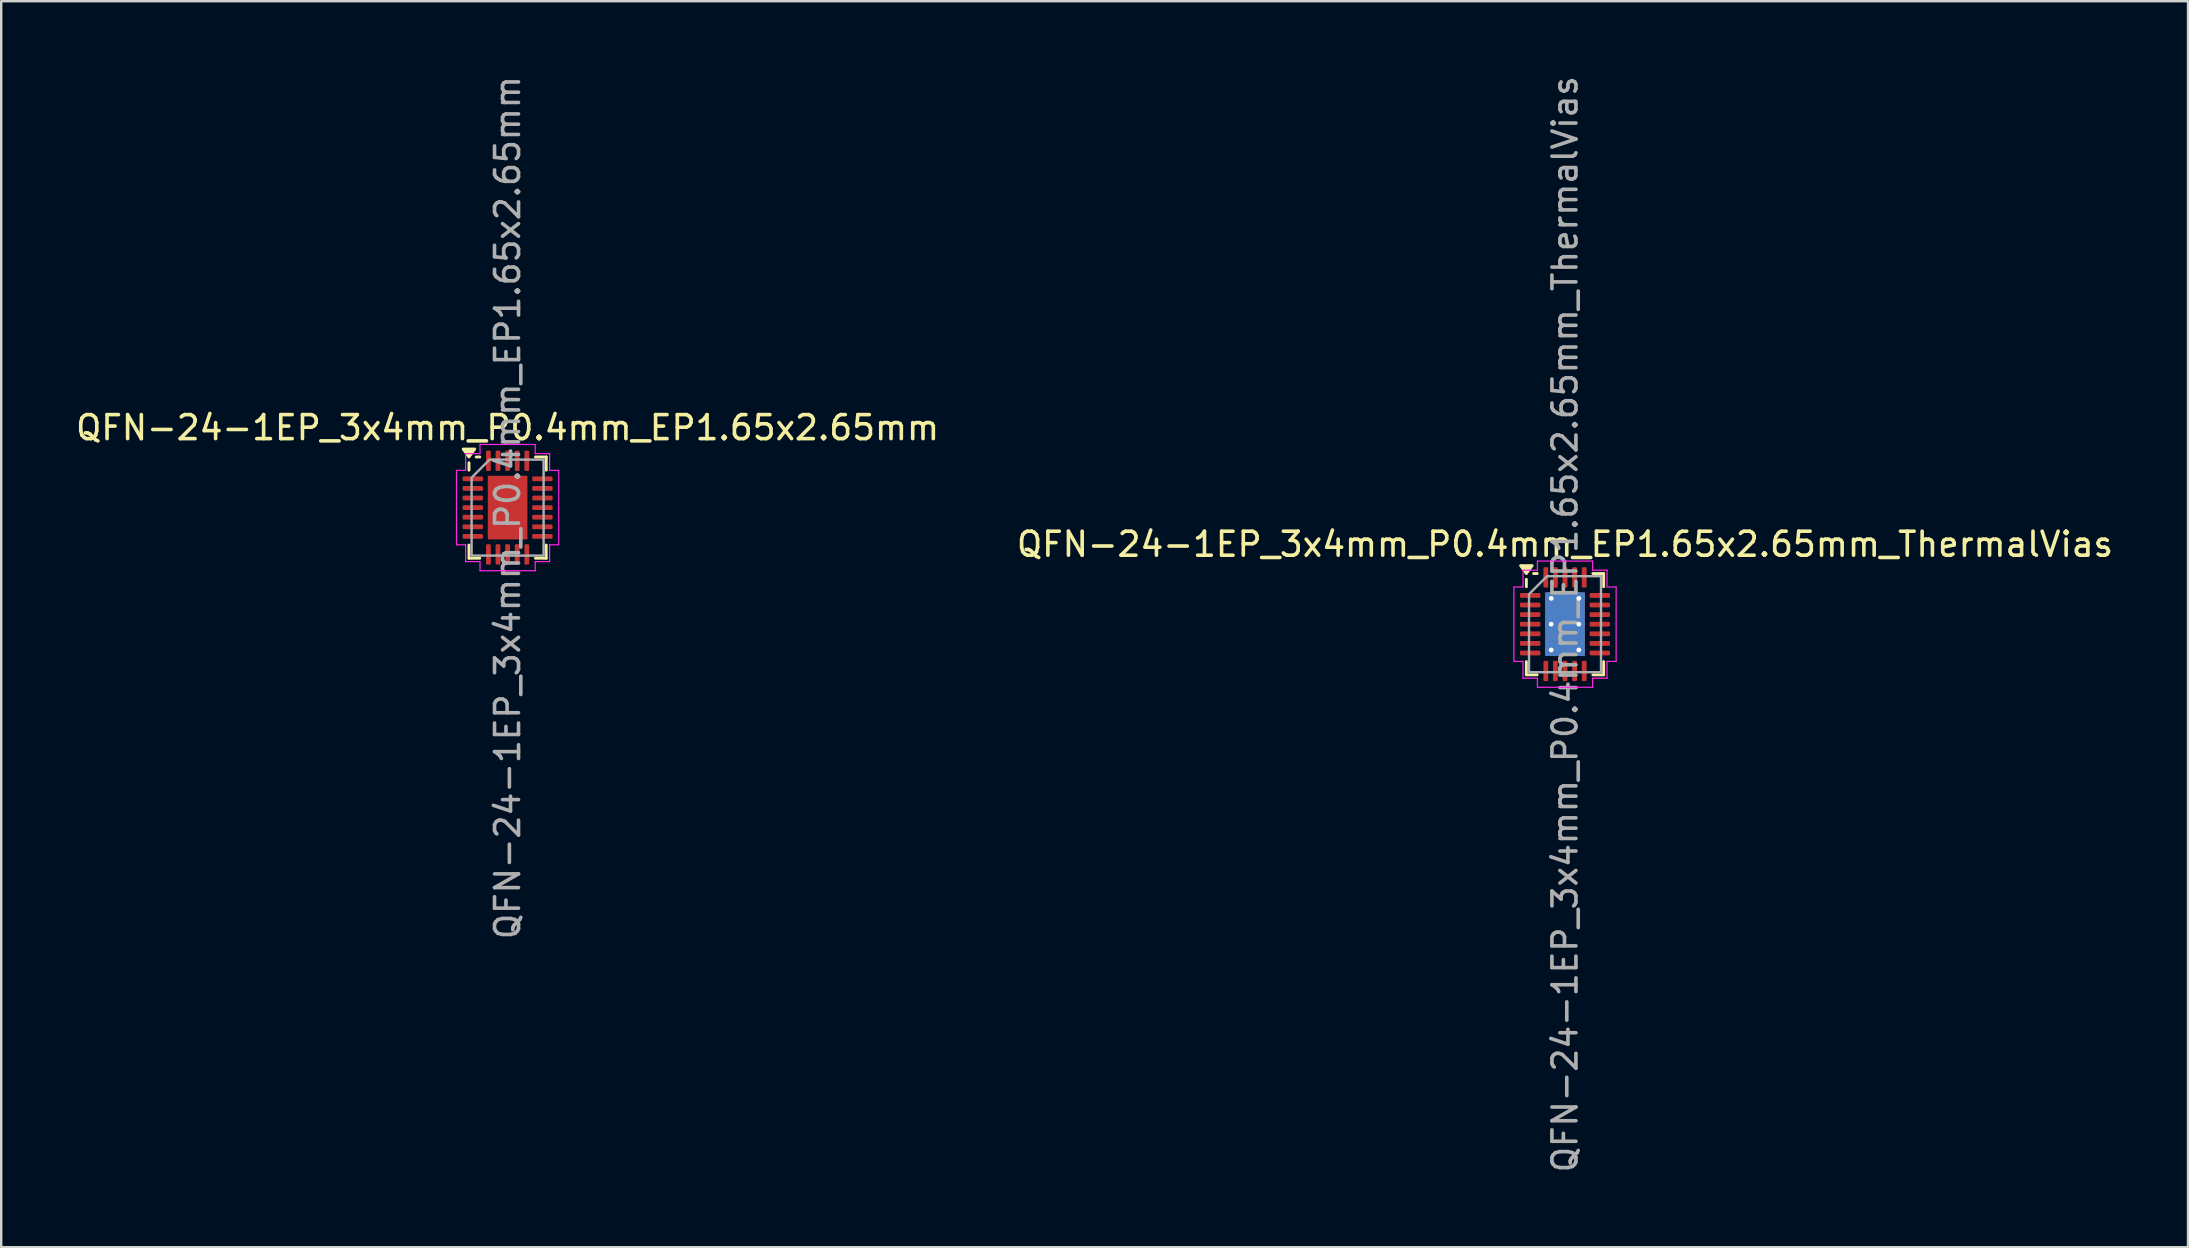
<source format=kicad_pcb>
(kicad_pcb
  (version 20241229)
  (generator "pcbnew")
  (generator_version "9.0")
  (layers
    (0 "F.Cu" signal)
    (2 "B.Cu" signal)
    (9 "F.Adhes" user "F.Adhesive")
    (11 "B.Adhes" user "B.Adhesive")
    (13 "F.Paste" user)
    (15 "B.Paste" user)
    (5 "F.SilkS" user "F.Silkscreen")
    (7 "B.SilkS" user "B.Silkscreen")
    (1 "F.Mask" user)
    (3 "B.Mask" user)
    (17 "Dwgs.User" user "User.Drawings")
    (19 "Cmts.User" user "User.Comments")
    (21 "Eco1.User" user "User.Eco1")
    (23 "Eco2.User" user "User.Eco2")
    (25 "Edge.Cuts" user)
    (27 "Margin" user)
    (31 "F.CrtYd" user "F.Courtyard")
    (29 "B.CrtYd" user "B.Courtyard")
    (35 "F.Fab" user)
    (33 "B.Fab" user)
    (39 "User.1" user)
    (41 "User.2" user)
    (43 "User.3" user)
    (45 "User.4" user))
  (footprint "QFN-24-1EP_3x4mm_P0.4mm_EP1.65x2.65mm"
    (layer "F.Cu")
    (at 18.101 18.101)
    (property "Reference" "QFN-24-1EP_3x4mm_P0.4mm_EP1.65x2.65mm" (at 0 -3.33 0) (layer "F.SilkS") (effects (font (size 1 1) (thickness 0.15))))
    (attr smd)
    (fp_line (start -1.61 -1.56) (end -1.61 -1.87) (stroke (width 0.12) (type solid)) (layer "F.SilkS"))
    (fp_line (start -1.61 2.11) (end -1.61 1.56) (stroke (width 0.12) (type solid)) (layer "F.SilkS"))
    (fp_line (start -1.16 -2.11) (end -1.31 -2.11) (stroke (width 0.12) (type solid)) (layer "F.SilkS"))
    (fp_line (start -1.16 2.11) (end -1.61 2.11) (stroke (width 0.12) (type solid)) (layer "F.SilkS"))
    (fp_line (start 1.16 -2.11) (end 1.61 -2.11) (stroke (width 0.12) (type solid)) (layer "F.SilkS"))
    (fp_line (start 1.16 2.11) (end 1.61 2.11) (stroke (width 0.12) (type solid)) (layer "F.SilkS"))
    (fp_line (start 1.61 -2.11) (end 1.61 -1.56) (stroke (width 0.12) (type solid)) (layer "F.SilkS"))
    (fp_line (start 1.61 2.11) (end 1.61 1.56) (stroke (width 0.12) (type solid)) (layer "F.SilkS"))
    (fp_poly (pts (xy -1.61 -2.11) (xy -1.85 -2.44) (xy -1.37 -2.44)) (stroke (width 0.12) (type solid)) (fill yes) (layer "F.SilkS"))
    (fp_line (start -2.13 -1.55) (end -1.75 -1.55) (stroke (width 0.05) (type solid)) (layer "F.CrtYd"))
    (fp_line (start -2.13 1.55) (end -2.13 -1.55) (stroke (width 0.05) (type solid)) (layer "F.CrtYd"))
    (fp_line (start -1.75 -2.25) (end -1.15 -2.25) (stroke (width 0.05) (type solid)) (layer "F.CrtYd"))
    (fp_line (start -1.75 -1.55) (end -1.75 -2.25) (stroke (width 0.05) (type solid)) (layer "F.CrtYd"))
    (fp_line (start -1.75 1.55) (end -2.13 1.55) (stroke (width 0.05) (type solid)) (layer "F.CrtYd"))
    (fp_line (start -1.75 2.25) (end -1.75 1.55) (stroke (width 0.05) (type solid)) (layer "F.CrtYd"))
    (fp_line (start -1.15 -2.63) (end 1.15 -2.63) (stroke (width 0.05) (type solid)) (layer "F.CrtYd"))
    (fp_line (start -1.15 -2.25) (end -1.15 -2.63) (stroke (width 0.05) (type solid)) (layer "F.CrtYd"))
    (fp_line (start -1.15 2.25) (end -1.75 2.25) (stroke (width 0.05) (type solid)) (layer "F.CrtYd"))
    (fp_line (start -1.15 2.63) (end -1.15 2.25) (stroke (width 0.05) (type solid)) (layer "F.CrtYd"))
    (fp_line (start 1.15 -2.63) (end 1.15 -2.25) (stroke (width 0.05) (type solid)) (layer "F.CrtYd"))
    (fp_line (start 1.15 -2.25) (end 1.75 -2.25) (stroke (width 0.05) (type solid)) (layer "F.CrtYd"))
    (fp_line (start 1.15 2.25) (end 1.15 2.63) (stroke (width 0.05) (type solid)) (layer "F.CrtYd"))
    (fp_line (start 1.15 2.63) (end -1.15 2.63) (stroke (width 0.05) (type solid)) (layer "F.CrtYd"))
    (fp_line (start 1.75 -2.25) (end 1.75 -1.55) (stroke (width 0.05) (type solid)) (layer "F.CrtYd"))
    (fp_line (start 1.75 -1.55) (end 2.13 -1.55) (stroke (width 0.05) (type solid)) (layer "F.CrtYd"))
    (fp_line (start 1.75 1.55) (end 1.75 2.25) (stroke (width 0.05) (type solid)) (layer "F.CrtYd"))
    (fp_line (start 1.75 2.25) (end 1.15 2.25) (stroke (width 0.05) (type solid)) (layer "F.CrtYd"))
    (fp_line (start 2.13 -1.55) (end 2.13 1.55) (stroke (width 0.05) (type solid)) (layer "F.CrtYd"))
    (fp_line (start 2.13 1.55) (end 1.75 1.55) (stroke (width 0.05) (type solid)) (layer "F.CrtYd"))
    (fp_poly (pts (xy -1.5 -1.25) (xy -1.5 2) (xy 1.5 2) (xy 1.5 -2) (xy -0.75 -2)) (stroke (width 0.1) (type solid)) (fill no) (layer "F.Fab"))
    (fp_text user "${REFERENCE}" (at 0 0 90) (layer "F.Fab") (effects (font (size 1 1) (thickness 0.15))))
    (pad "" smd roundrect (at -0.41 -0.88) (size 0.67 0.71) (layers "F.Paste") (roundrect_rratio 0.25))
    (pad "" smd roundrect (at -0.41 0) (size 0.67 0.71) (layers "F.Paste") (roundrect_rratio 0.25))
    (pad "" smd roundrect (at -0.41 0.88) (size 0.67 0.71) (layers "F.Paste") (roundrect_rratio 0.25))
    (pad "" smd roundrect (at 0.41 -0.88) (size 0.67 0.71) (layers "F.Paste") (roundrect_rratio 0.25))
    (pad "" smd roundrect (at 0.41 0) (size 0.67 0.71) (layers "F.Paste") (roundrect_rratio 0.25))
    (pad "" smd roundrect (at 0.41 0.88) (size 0.67 0.71) (layers "F.Paste") (roundrect_rratio 0.25))
    (pad "1" smd roundrect (at -1.45 -1.2) (size 0.85 0.2) (layers "F.Cu" "F.Mask" "F.Paste") (roundrect_rratio 0.25))
    (pad "2" smd roundrect (at -1.45 -0.8) (size 0.85 0.2) (layers "F.Cu" "F.Mask" "F.Paste") (roundrect_rratio 0.25))
    (pad "3" smd roundrect (at -1.45 -0.4) (size 0.85 0.2) (layers "F.Cu" "F.Mask" "F.Paste") (roundrect_rratio 0.25))
    (pad "4" smd roundrect (at -1.45 0) (size 0.85 0.2) (layers "F.Cu" "F.Mask" "F.Paste") (roundrect_rratio 0.25))
    (pad "5" smd roundrect (at -1.45 0.4) (size 0.85 0.2) (layers "F.Cu" "F.Mask" "F.Paste") (roundrect_rratio 0.25))
    (pad "6" smd roundrect (at -1.45 0.8) (size 0.85 0.2) (layers "F.Cu" "F.Mask" "F.Paste") (roundrect_rratio 0.25))
    (pad "7" smd roundrect (at -1.45 1.2) (size 0.85 0.2) (layers "F.Cu" "F.Mask" "F.Paste") (roundrect_rratio 0.25))
    (pad "8" smd roundrect (at -0.8 1.95) (size 0.2 0.85) (layers "F.Cu" "F.Mask" "F.Paste") (roundrect_rratio 0.25))
    (pad "9" smd roundrect (at -0.4 1.95) (size 0.2 0.85) (layers "F.Cu" "F.Mask" "F.Paste") (roundrect_rratio 0.25))
    (pad "10" smd roundrect (at 0 1.95) (size 0.2 0.85) (layers "F.Cu" "F.Mask" "F.Paste") (roundrect_rratio 0.25))
    (pad "11" smd roundrect (at 0.4 1.95) (size 0.2 0.85) (layers "F.Cu" "F.Mask" "F.Paste") (roundrect_rratio 0.25))
    (pad "12" smd roundrect (at 0.8 1.95) (size 0.2 0.85) (layers "F.Cu" "F.Mask" "F.Paste") (roundrect_rratio 0.25))
    (pad "13" smd roundrect (at 1.45 1.2) (size 0.85 0.2) (layers "F.Cu" "F.Mask" "F.Paste") (roundrect_rratio 0.25))
    (pad "14" smd roundrect (at 1.45 0.8) (size 0.85 0.2) (layers "F.Cu" "F.Mask" "F.Paste") (roundrect_rratio 0.25))
    (pad "15" smd roundrect (at 1.45 0.4) (size 0.85 0.2) (layers "F.Cu" "F.Mask" "F.Paste") (roundrect_rratio 0.25))
    (pad "16" smd roundrect (at 1.45 0) (size 0.85 0.2) (layers "F.Cu" "F.Mask" "F.Paste") (roundrect_rratio 0.25))
    (pad "17" smd roundrect (at 1.45 -0.4) (size 0.85 0.2) (layers "F.Cu" "F.Mask" "F.Paste") (roundrect_rratio 0.25))
    (pad "18" smd roundrect (at 1.45 -0.8) (size 0.85 0.2) (layers "F.Cu" "F.Mask" "F.Paste") (roundrect_rratio 0.25))
    (pad "19" smd roundrect (at 1.45 -1.2) (size 0.85 0.2) (layers "F.Cu" "F.Mask" "F.Paste") (roundrect_rratio 0.25))
    (pad "20" smd roundrect (at 0.8 -1.95) (size 0.2 0.85) (layers "F.Cu" "F.Mask" "F.Paste") (roundrect_rratio 0.25))
    (pad "21" smd roundrect (at 0.4 -1.95) (size 0.2 0.85) (layers "F.Cu" "F.Mask" "F.Paste") (roundrect_rratio 0.25))
    (pad "22" smd roundrect (at 0 -1.95) (size 0.2 0.85) (layers "F.Cu" "F.Mask" "F.Paste") (roundrect_rratio 0.25))
    (pad "23" smd roundrect (at -0.4 -1.95) (size 0.2 0.85) (layers "F.Cu" "F.Mask" "F.Paste") (roundrect_rratio 0.25))
    (pad "24" smd roundrect (at -0.8 -1.95) (size 0.2 0.85) (layers "F.Cu" "F.Mask" "F.Paste") (roundrect_rratio 0.25))
    (pad "25" smd rect (at 0 0) (size 1.65 2.65) (property pad_prop_heatsink) (layers "F.Cu" "F.Mask")))
  (footprint "QFN-24-1EP_3x4mm_P0.4mm_EP1.65x2.65mm_ThermalVias"
    (layer "F.Cu")
    (at 62.161 22.958)
    (property "Reference" "QFN-24-1EP_3x4mm_P0.4mm_EP1.65x2.65mm_ThermalVias" (at 0 -3.33 0) (layer "F.SilkS") (effects (font (size 1 1) (thickness 0.15))))
    (attr smd)
    (fp_line (start -1.61 -1.56) (end -1.61 -1.87) (stroke (width 0.12) (type solid)) (layer "F.SilkS"))
    (fp_line (start -1.61 2.11) (end -1.61 1.56) (stroke (width 0.12) (type solid)) (layer "F.SilkS"))
    (fp_line (start -1.16 -2.11) (end -1.31 -2.11) (stroke (width 0.12) (type solid)) (layer "F.SilkS"))
    (fp_line (start -1.16 2.11) (end -1.61 2.11) (stroke (width 0.12) (type solid)) (layer "F.SilkS"))
    (fp_line (start 1.16 -2.11) (end 1.61 -2.11) (stroke (width 0.12) (type solid)) (layer "F.SilkS"))
    (fp_line (start 1.16 2.11) (end 1.61 2.11) (stroke (width 0.12) (type solid)) (layer "F.SilkS"))
    (fp_line (start 1.61 -2.11) (end 1.61 -1.56) (stroke (width 0.12) (type solid)) (layer "F.SilkS"))
    (fp_line (start 1.61 2.11) (end 1.61 1.56) (stroke (width 0.12) (type solid)) (layer "F.SilkS"))
    (fp_poly (pts (xy -1.61 -2.11) (xy -1.85 -2.44) (xy -1.37 -2.44)) (stroke (width 0.12) (type solid)) (fill yes) (layer "F.SilkS"))
    (fp_line (start -2.13 -1.55) (end -1.75 -1.55) (stroke (width 0.05) (type solid)) (layer "F.CrtYd"))
    (fp_line (start -2.13 1.55) (end -2.13 -1.55) (stroke (width 0.05) (type solid)) (layer "F.CrtYd"))
    (fp_line (start -1.75 -2.25) (end -1.15 -2.25) (stroke (width 0.05) (type solid)) (layer "F.CrtYd"))
    (fp_line (start -1.75 -1.55) (end -1.75 -2.25) (stroke (width 0.05) (type solid)) (layer "F.CrtYd"))
    (fp_line (start -1.75 1.55) (end -2.13 1.55) (stroke (width 0.05) (type solid)) (layer "F.CrtYd"))
    (fp_line (start -1.75 2.25) (end -1.75 1.55) (stroke (width 0.05) (type solid)) (layer "F.CrtYd"))
    (fp_line (start -1.15 -2.63) (end 1.15 -2.63) (stroke (width 0.05) (type solid)) (layer "F.CrtYd"))
    (fp_line (start -1.15 -2.25) (end -1.15 -2.63) (stroke (width 0.05) (type solid)) (layer "F.CrtYd"))
    (fp_line (start -1.15 2.25) (end -1.75 2.25) (stroke (width 0.05) (type solid)) (layer "F.CrtYd"))
    (fp_line (start -1.15 2.63) (end -1.15 2.25) (stroke (width 0.05) (type solid)) (layer "F.CrtYd"))
    (fp_line (start 1.15 -2.63) (end 1.15 -2.25) (stroke (width 0.05) (type solid)) (layer "F.CrtYd"))
    (fp_line (start 1.15 -2.25) (end 1.75 -2.25) (stroke (width 0.05) (type solid)) (layer "F.CrtYd"))
    (fp_line (start 1.15 2.25) (end 1.15 2.63) (stroke (width 0.05) (type solid)) (layer "F.CrtYd"))
    (fp_line (start 1.15 2.63) (end -1.15 2.63) (stroke (width 0.05) (type solid)) (layer "F.CrtYd"))
    (fp_line (start 1.75 -2.25) (end 1.75 -1.55) (stroke (width 0.05) (type solid)) (layer "F.CrtYd"))
    (fp_line (start 1.75 -1.55) (end 2.13 -1.55) (stroke (width 0.05) (type solid)) (layer "F.CrtYd"))
    (fp_line (start 1.75 1.55) (end 1.75 2.25) (stroke (width 0.05) (type solid)) (layer "F.CrtYd"))
    (fp_line (start 1.75 2.25) (end 1.15 2.25) (stroke (width 0.05) (type solid)) (layer "F.CrtYd"))
    (fp_line (start 2.13 -1.55) (end 2.13 1.55) (stroke (width 0.05) (type solid)) (layer "F.CrtYd"))
    (fp_line (start 2.13 1.55) (end 1.75 1.55) (stroke (width 0.05) (type solid)) (layer "F.CrtYd"))
    (fp_poly (pts (xy -1.5 -1.25) (xy -1.5 2) (xy 1.5 2) (xy 1.5 -2) (xy -0.75 -2)) (stroke (width 0.1) (type solid)) (fill no) (layer "F.Fab"))
    (fp_text user "${REFERENCE}" (at 0 0 90) (layer "F.Fab") (effects (font (size 1 1) (thickness 0.15))))
    (pad "" smd roundrect (at -0.41 -0.88) (size 0.71 0.76) (layers "F.Paste") (roundrect_rratio 0.25))
    (pad "" smd roundrect (at -0.41 0) (size 0.71 0.76) (layers "F.Paste") (roundrect_rratio 0.25))
    (pad "" smd roundrect (at -0.41 0.88) (size 0.71 0.76) (layers "F.Paste") (roundrect_rratio 0.25))
    (pad "" smd roundrect (at 0.41 -0.88) (size 0.71 0.76) (layers "F.Paste") (roundrect_rratio 0.25))
    (pad "" smd roundrect (at 0.41 0) (size 0.71 0.76) (layers "F.Paste") (roundrect_rratio 0.25))
    (pad "" smd roundrect (at 0.41 0.88) (size 0.71 0.76) (layers "F.Paste") (roundrect_rratio 0.25))
    (pad "1" smd roundrect (at -1.45 -1.2) (size 0.85 0.2) (layers "F.Cu" "F.Mask" "F.Paste") (roundrect_rratio 0.25))
    (pad "2" smd roundrect (at -1.45 -0.8) (size 0.85 0.2) (layers "F.Cu" "F.Mask" "F.Paste") (roundrect_rratio 0.25))
    (pad "3" smd roundrect (at -1.45 -0.4) (size 0.85 0.2) (layers "F.Cu" "F.Mask" "F.Paste") (roundrect_rratio 0.25))
    (pad "4" smd roundrect (at -1.45 0) (size 0.85 0.2) (layers "F.Cu" "F.Mask" "F.Paste") (roundrect_rratio 0.25))
    (pad "5" smd roundrect (at -1.45 0.4) (size 0.85 0.2) (layers "F.Cu" "F.Mask" "F.Paste") (roundrect_rratio 0.25))
    (pad "6" smd roundrect (at -1.45 0.8) (size 0.85 0.2) (layers "F.Cu" "F.Mask" "F.Paste") (roundrect_rratio 0.25))
    (pad "7" smd roundrect (at -1.45 1.2) (size 0.85 0.2) (layers "F.Cu" "F.Mask" "F.Paste") (roundrect_rratio 0.25))
    (pad "8" smd roundrect (at -0.8 1.95) (size 0.2 0.85) (layers "F.Cu" "F.Mask" "F.Paste") (roundrect_rratio 0.25))
    (pad "9" smd roundrect (at -0.4 1.95) (size 0.2 0.85) (layers "F.Cu" "F.Mask" "F.Paste") (roundrect_rratio 0.25))
    (pad "10" smd roundrect (at 0 1.95) (size 0.2 0.85) (layers "F.Cu" "F.Mask" "F.Paste") (roundrect_rratio 0.25))
    (pad "11" smd roundrect (at 0.4 1.95) (size 0.2 0.85) (layers "F.Cu" "F.Mask" "F.Paste") (roundrect_rratio 0.25))
    (pad "12" smd roundrect (at 0.8 1.95) (size 0.2 0.85) (layers "F.Cu" "F.Mask" "F.Paste") (roundrect_rratio 0.25))
    (pad "13" smd roundrect (at 1.45 1.2) (size 0.85 0.2) (layers "F.Cu" "F.Mask" "F.Paste") (roundrect_rratio 0.25))
    (pad "14" smd roundrect (at 1.45 0.8) (size 0.85 0.2) (layers "F.Cu" "F.Mask" "F.Paste") (roundrect_rratio 0.25))
    (pad "15" smd roundrect (at 1.45 0.4) (size 0.85 0.2) (layers "F.Cu" "F.Mask" "F.Paste") (roundrect_rratio 0.25))
    (pad "16" smd roundrect (at 1.45 0) (size 0.85 0.2) (layers "F.Cu" "F.Mask" "F.Paste") (roundrect_rratio 0.25))
    (pad "17" smd roundrect (at 1.45 -0.4) (size 0.85 0.2) (layers "F.Cu" "F.Mask" "F.Paste") (roundrect_rratio 0.25))
    (pad "18" smd roundrect (at 1.45 -0.8) (size 0.85 0.2) (layers "F.Cu" "F.Mask" "F.Paste") (roundrect_rratio 0.25))
    (pad "19" smd roundrect (at 1.45 -1.2) (size 0.85 0.2) (layers "F.Cu" "F.Mask" "F.Paste") (roundrect_rratio 0.25))
    (pad "20" smd roundrect (at 0.8 -1.95) (size 0.2 0.85) (layers "F.Cu" "F.Mask" "F.Paste") (roundrect_rratio 0.25))
    (pad "21" smd roundrect (at 0.4 -1.95) (size 0.2 0.85) (layers "F.Cu" "F.Mask" "F.Paste") (roundrect_rratio 0.25))
    (pad "22" smd roundrect (at 0 -1.95) (size 0.2 0.85) (layers "F.Cu" "F.Mask" "F.Paste") (roundrect_rratio 0.25))
    (pad "23" smd roundrect (at -0.4 -1.95) (size 0.2 0.85) (layers "F.Cu" "F.Mask" "F.Paste") (roundrect_rratio 0.25))
    (pad "24" smd roundrect (at -0.8 -1.95) (size 0.2 0.85) (layers "F.Cu" "F.Mask" "F.Paste") (roundrect_rratio 0.25))
    (pad "25" thru_hole circle (at -0.575 -1.075) (size 0.5 0.5) (drill 0.2) (property pad_prop_heatsink) (layers "*.Cu"))
    (pad "25" thru_hole circle (at -0.575 0) (size 0.5 0.5) (drill 0.2) (property pad_prop_heatsink) (layers "*.Cu"))
    (pad "25" thru_hole circle (at -0.575 1.075) (size 0.5 0.5) (drill 0.2) (property pad_prop_heatsink) (layers "*.Cu"))
    (pad "25" smd rect (at 0 0) (size 1.65 2.65) (property pad_prop_heatsink) (layers "F.Cu" "F.Mask"))
    (pad "25" smd rect (at 0 0) (size 1.65 2.65) (property pad_prop_heatsink) (layers "B.Cu"))
    (pad "25" thru_hole circle (at 0.575 -1.075) (size 0.5 0.5) (drill 0.2) (property pad_prop_heatsink) (layers "*.Cu"))
    (pad "25" thru_hole circle (at 0.575 0) (size 0.5 0.5) (drill 0.2) (property pad_prop_heatsink) (layers "*.Cu"))
    (pad "25" thru_hole circle (at 0.575 1.075) (size 0.5 0.5) (drill 0.2) (property pad_prop_heatsink) (layers "*.Cu")))
  (gr_rect
    (start -3 -3)
    (end 88.119 48.917)
    (stroke (width 0.1) (type default))
    (fill no)
    (layer "Edge.Cuts")))
</source>
